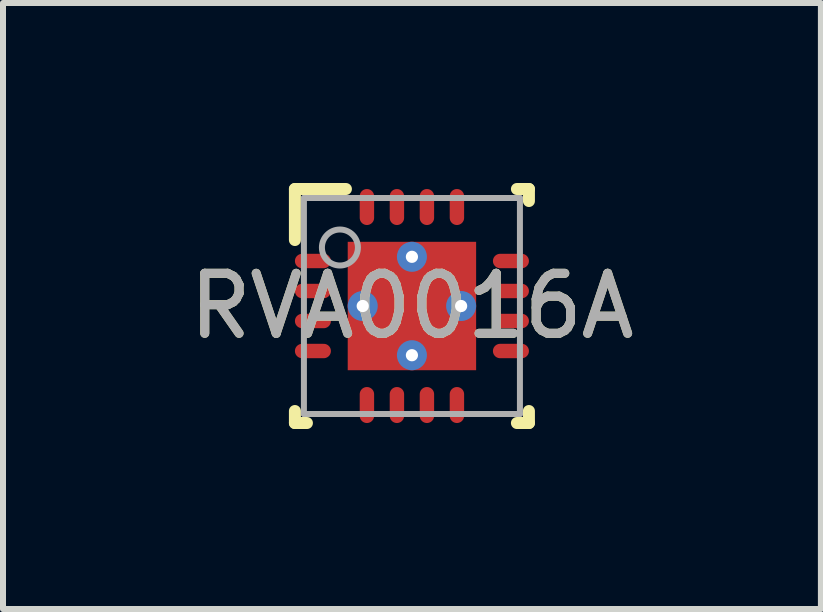
<source format=kicad_pcb>
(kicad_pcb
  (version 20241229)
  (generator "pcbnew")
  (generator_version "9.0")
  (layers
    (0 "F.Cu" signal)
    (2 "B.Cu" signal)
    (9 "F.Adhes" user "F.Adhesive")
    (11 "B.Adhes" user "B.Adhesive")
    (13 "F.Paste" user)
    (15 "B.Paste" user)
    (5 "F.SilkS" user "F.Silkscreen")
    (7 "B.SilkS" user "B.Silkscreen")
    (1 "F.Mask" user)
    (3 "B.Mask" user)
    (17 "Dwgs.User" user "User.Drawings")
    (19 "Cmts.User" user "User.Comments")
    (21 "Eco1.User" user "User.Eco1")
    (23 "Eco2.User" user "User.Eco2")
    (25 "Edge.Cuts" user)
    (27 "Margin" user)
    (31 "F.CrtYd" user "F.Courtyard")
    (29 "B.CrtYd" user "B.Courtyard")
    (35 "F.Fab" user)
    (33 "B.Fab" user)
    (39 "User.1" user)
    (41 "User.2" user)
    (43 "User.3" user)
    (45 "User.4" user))
  (footprint "RVA0016A"
    (layer "F.Cu")
    (at 3.815 2.05)
    (property "Reference" "RVA0016A" (at 0 0 0) (unlocked yes) (layer "F.SilkS") (effects (font (size 1 1) (thickness 0.15))))
    (attr smd)
    (fp_line (start -1.95 -1.95) (end -1.1 -1.95) (stroke (width 0.2) (type solid)) (layer "F.SilkS"))
    (fp_line (start -1.95 -1.1) (end -1.95 -1.95) (stroke (width 0.2) (type solid)) (layer "F.SilkS"))
    (fp_line (start -1.95 1.95) (end -1.95 1.75) (stroke (width 0.2) (type solid)) (layer "F.SilkS"))
    (fp_line (start -1.95 1.95) (end -1.75 1.95) (stroke (width 0.2) (type solid)) (layer "F.SilkS"))
    (fp_line (start 1.75 -1.95) (end 1.95 -1.95) (stroke (width 0.2) (type solid)) (layer "F.SilkS"))
    (fp_line (start 1.75 1.95) (end 1.95 1.95) (stroke (width 0.2) (type solid)) (layer "F.SilkS"))
    (fp_line (start 1.95 -1.75) (end 1.95 -1.95) (stroke (width 0.2) (type solid)) (layer "F.SilkS"))
    (fp_line (start 1.95 1.95) (end 1.95 1.75) (stroke (width 0.2) (type solid)) (layer "F.SilkS"))
    (fp_poly (pts (xy -0.1 -1.057) (xy -1.057 -1.057) (xy -1.057 -0.1) (xy -0.1 -0.1)) (stroke (width 0) (type solid)) (fill yes) (layer "F.Paste"))
    (fp_poly (pts (xy -0.1 0.1) (xy -1.057 0.1) (xy -1.057 1.057) (xy -0.1 1.057)) (stroke (width 0) (type solid)) (fill yes) (layer "F.Paste"))
    (fp_poly (pts (xy 0.1 -0.1) (xy 1.057 -0.1) (xy 1.057 -1.057) (xy 0.1 -1.057)) (stroke (width 0) (type solid)) (fill yes) (layer "F.Paste"))
    (fp_poly (pts (xy 0.1 1.057) (xy 1.057 1.057) (xy 1.057 0.1) (xy 0.1 0.1)) (stroke (width 0) (type solid)) (fill yes) (layer "F.Paste"))
    (fp_line (start -1.8 -1.8) (end 1.8 -1.8) (stroke (width 0.1) (type solid)) (layer "F.Fab"))
    (fp_line (start -1.8 1.8) (end -1.8 -1.8) (stroke (width 0.1) (type solid)) (layer "F.Fab"))
    (fp_line (start -1.8 1.8) (end 1.8 1.8) (stroke (width 0.1) (type solid)) (layer "F.Fab"))
    (fp_line (start 1.8 1.8) (end 1.8 -1.8) (stroke (width 0.1) (type solid)) (layer "F.Fab"))
    (fp_circle (center -1.2 -0.975) (end -0.9 -0.975) (stroke (width 0.1) (type solid)) (fill no) (layer "F.Fab"))
    (fp_text user "${REFERENCE}" (at 0 0 0) (unlocked yes) (layer "F.Fab") (effects (font (size 1 1) (thickness 0.15))))
    (pad "1" smd oval (at -1.65 -0.75 90) (size 0.24 0.6) (layers "F.Cu" "F.Mask" "F.Paste"))
    (pad "2" smd oval (at -1.65 -0.25 90) (size 0.24 0.6) (layers "F.Cu" "F.Mask" "F.Paste"))
    (pad "3" smd oval (at -1.65 0.25 90) (size 0.24 0.6) (layers "F.Cu" "F.Mask" "F.Paste"))
    (pad "4" smd oval (at -1.65 0.75 90) (size 0.24 0.6) (layers "F.Cu" "F.Mask" "F.Paste"))
    (pad "5" smd oval (at -0.75 1.65) (size 0.24 0.6) (layers "F.Cu" "F.Mask" "F.Paste"))
    (pad "6" smd oval (at -0.25 1.65) (size 0.24 0.6) (layers "F.Cu" "F.Mask" "F.Paste"))
    (pad "7" smd oval (at 0.25 1.65) (size 0.24 0.6) (layers "F.Cu" "F.Mask" "F.Paste"))
    (pad "8" smd oval (at 0.75 1.65) (size 0.24 0.6) (layers "F.Cu" "F.Mask" "F.Paste"))
    (pad "9" smd oval (at 1.65 0.75 90) (size 0.24 0.6) (layers "F.Cu" "F.Mask" "F.Paste"))
    (pad "10" smd oval (at 1.65 0.25 90) (size 0.24 0.6) (layers "F.Cu" "F.Mask" "F.Paste"))
    (pad "11" smd oval (at 1.65 -0.25 90) (size 0.24 0.6) (layers "F.Cu" "F.Mask" "F.Paste"))
    (pad "12" smd oval (at 1.65 -0.75 90) (size 0.24 0.6) (layers "F.Cu" "F.Mask" "F.Paste"))
    (pad "13" smd oval (at 0.75 -1.65) (size 0.24 0.6) (layers "F.Cu" "F.Mask" "F.Paste"))
    (pad "14" smd oval (at 0.25 -1.65) (size 0.24 0.6) (layers "F.Cu" "F.Mask" "F.Paste"))
    (pad "15" smd oval (at -0.25 -1.65) (size 0.24 0.6) (layers "F.Cu" "F.Mask" "F.Paste"))
    (pad "16" smd oval (at -0.75 -1.65) (size 0.24 0.6) (layers "F.Cu" "F.Mask" "F.Paste"))
    (pad "17" smd rect (at 0 -0.000003) (size 2.14 2.14) (layers "F.Cu" "F.Mask"))
    (pad "V" thru_hole circle (at -0.82 0) (size 0.5 0.5) (drill 0.203) (layers "*.Cu" "*.Mask"))
    (pad "V" thru_hole circle (at 0 -0.82) (size 0.5 0.5) (drill 0.203) (layers "*.Cu" "*.Mask"))
    (pad "V" thru_hole circle (at 0 0.82) (size 0.5 0.5) (drill 0.203) (layers "*.Cu" "*.Mask"))
    (pad "V" thru_hole circle (at 0.82 0) (size 0.5 0.5) (drill 0.203) (layers "*.Cu" "*.Mask")))
  (gr_rect
    (start -3 -3)
    (end 10.631 7.1)
    (stroke (width 0.1) (type default))
    (fill no)
    (layer "Edge.Cuts")))
</source>
